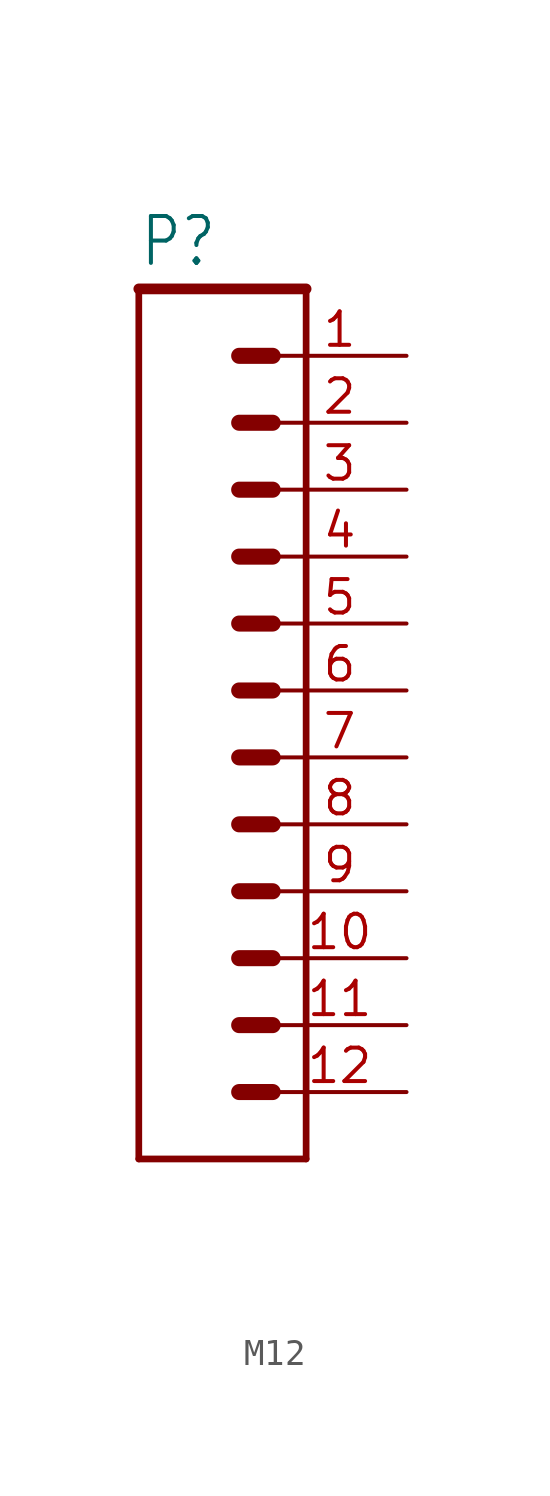
<source format=kicad_sym>
(kicad_symbol_lib
  (version 20231120)
  (generator "kicad_symbol_editor")
  (generator_version "8.0")
  (symbol "M12"
    (property "Reference" "P"
      (at 0 0.762 0)
      (effects (font (size 1.778 1.511)) (justify left bottom)))
    (property "Value" ""
      (at 0 -35.56 0)
      (effects (font (size 1.778 1.511)) (justify left bottom)))
    (property "ki_locked" ""
      (at 0 0 0)
      (effects (font (size 1.27 1.27))))
    (symbol "M12_1_0"
      (polyline (pts (xy 0 -33.02) (xy 6.35 -33.02)) (stroke (width 0.254) (type solid)) (fill (type none)))
      (polyline (pts (xy 0 0) (xy 0 -33.02)) (stroke (width 0.254) (type solid)) (fill (type none)))
      (polyline (pts (xy 0 0) (xy 6.35 0)) (stroke (width 0.406) (type solid)) (fill (type none)))
      (polyline (pts (xy 3.81 -30.48) (xy 5.08 -30.48)) (stroke (width 0.61) (type solid)) (fill (type none)))
      (polyline (pts (xy 3.81 -27.94) (xy 5.08 -27.94)) (stroke (width 0.61) (type solid)) (fill (type none)))
      (polyline (pts (xy 3.81 -25.4) (xy 5.08 -25.4)) (stroke (width 0.61) (type solid)) (fill (type none)))
      (polyline (pts (xy 3.81 -22.86) (xy 5.08 -22.86)) (stroke (width 0.61) (type solid)) (fill (type none)))
      (polyline (pts (xy 3.81 -20.32) (xy 5.08 -20.32)) (stroke (width 0.61) (type solid)) (fill (type none)))
      (polyline (pts (xy 3.81 -17.78) (xy 5.08 -17.78)) (stroke (width 0.61) (type solid)) (fill (type none)))
      (polyline (pts (xy 3.81 -15.24) (xy 5.08 -15.24)) (stroke (width 0.61) (type solid)) (fill (type none)))
      (polyline (pts (xy 3.81 -12.7) (xy 5.08 -12.7)) (stroke (width 0.61) (type solid)) (fill (type none)))
      (polyline (pts (xy 3.81 -10.16) (xy 5.08 -10.16)) (stroke (width 0.61) (type solid)) (fill (type none)))
      (polyline (pts (xy 3.81 -7.62) (xy 5.08 -7.62)) (stroke (width 0.61) (type solid)) (fill (type none)))
      (polyline (pts (xy 3.81 -5.08) (xy 5.08 -5.08)) (stroke (width 0.61) (type solid)) (fill (type none)))
      (polyline (pts (xy 3.81 -2.54) (xy 5.08 -2.54)) (stroke (width 0.61) (type solid)) (fill (type none)))
      (polyline (pts (xy 6.35 -33.02) (xy 6.35 0)) (stroke (width 0.254) (type solid)) (fill (type none)))
      (pin passive line (at 10.16 -2.54 180) (length 5.08) (name "1" (effects (font (size 0 0)))) (number "1" (effects (font (size 1.27 1.27)))))
      (pin passive line (at 10.16 -25.4 180) (length 5.08) (name "10" (effects (font (size 0 0)))) (number "10" (effects (font (size 1.27 1.27)))))
      (pin passive line (at 10.16 -27.94 180) (length 5.08) (name "11" (effects (font (size 0 0)))) (number "11" (effects (font (size 1.27 1.27)))))
      (pin passive line (at 10.16 -30.48 180) (length 5.08) (name "12" (effects (font (size 0 0)))) (number "12" (effects (font (size 1.27 1.27)))))
      (pin passive line (at 10.16 -5.08 180) (length 5.08) (name "2" (effects (font (size 0 0)))) (number "2" (effects (font (size 1.27 1.27)))))
      (pin passive line (at 10.16 -7.62 180) (length 5.08) (name "3" (effects (font (size 0 0)))) (number "3" (effects (font (size 1.27 1.27)))))
      (pin passive line (at 10.16 -10.16 180) (length 5.08) (name "4" (effects (font (size 0 0)))) (number "4" (effects (font (size 1.27 1.27)))))
      (pin passive line (at 10.16 -12.7 180) (length 5.08) (name "5" (effects (font (size 0 0)))) (number "5" (effects (font (size 1.27 1.27)))))
      (pin passive line (at 10.16 -15.24 180) (length 5.08) (name "6" (effects (font (size 0 0)))) (number "6" (effects (font (size 1.27 1.27)))))
      (pin passive line (at 10.16 -17.78 180) (length 5.08) (name "7" (effects (font (size 0 0)))) (number "7" (effects (font (size 1.27 1.27)))))
      (pin passive line (at 10.16 -20.32 180) (length 5.08) (name "8" (effects (font (size 0 0)))) (number "8" (effects (font (size 1.27 1.27)))))
      (pin passive line (at 10.16 -22.86 180) (length 5.08) (name "9" (effects (font (size 0 0)))) (number "9" (effects (font (size 1.27 1.27))))))))
</source>
